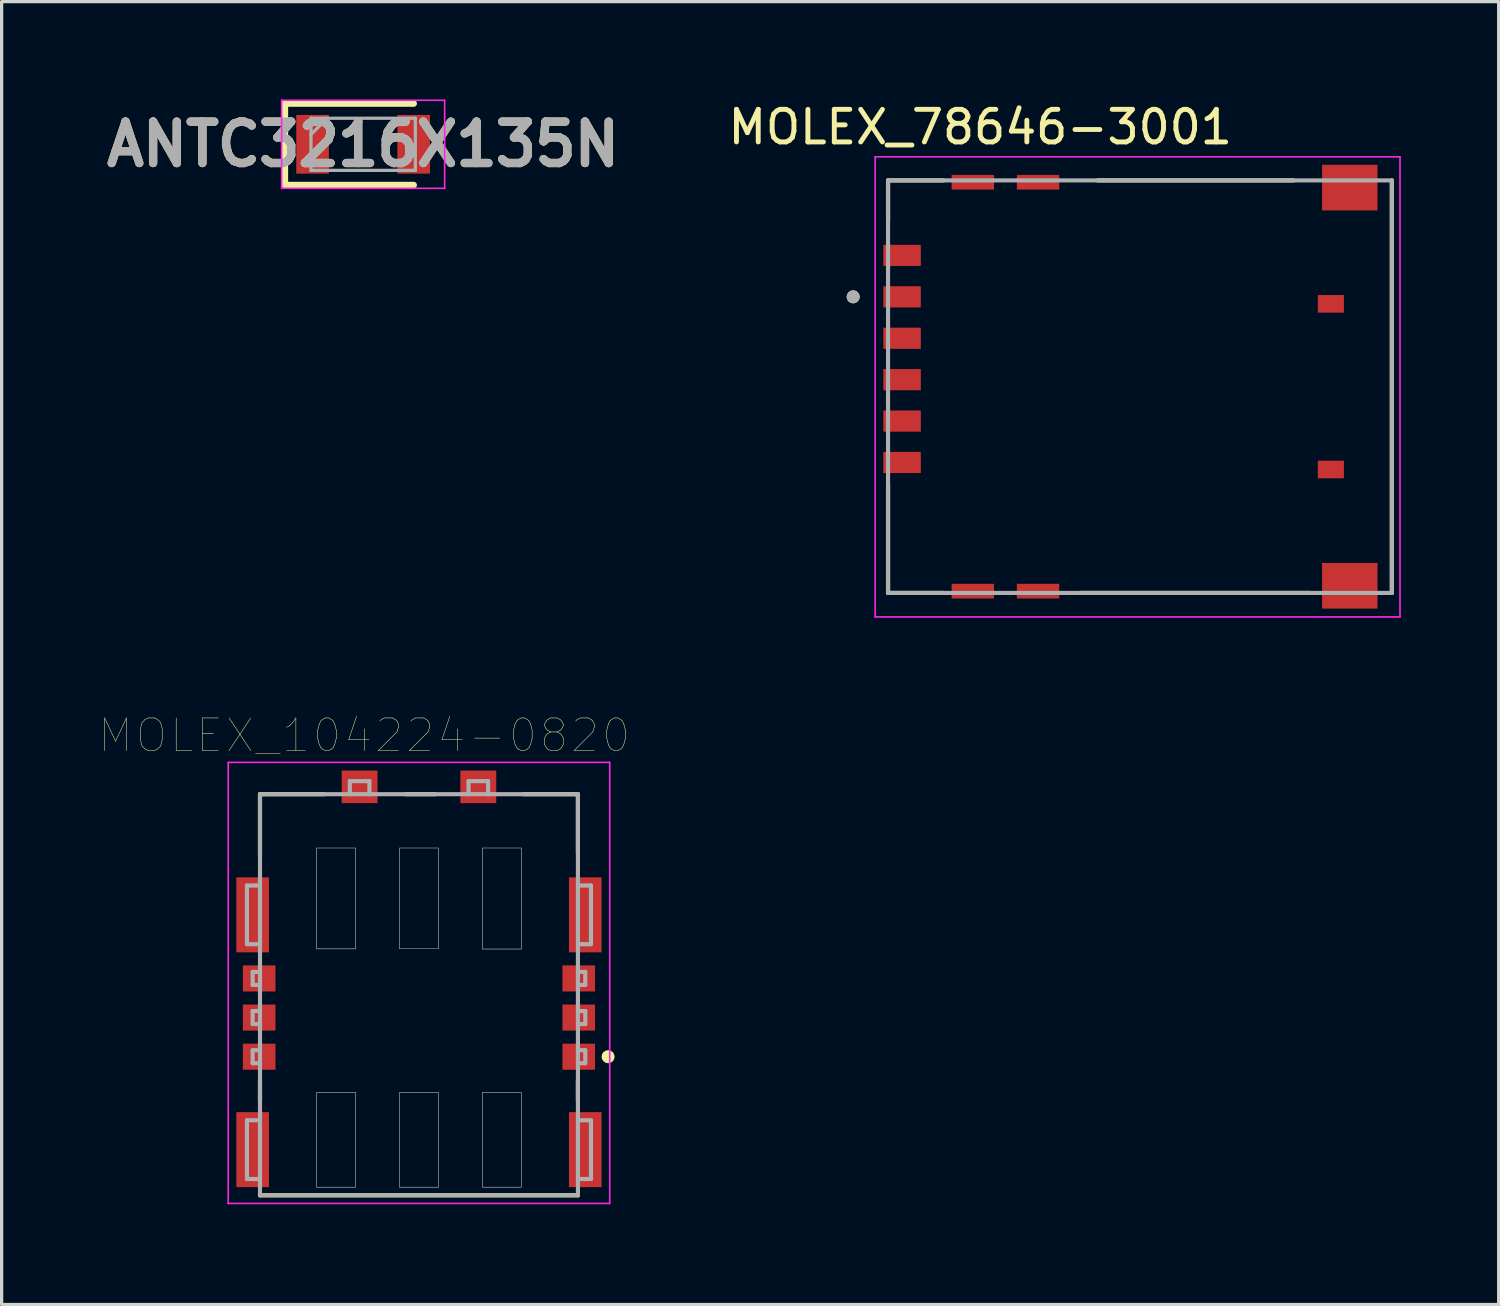
<source format=kicad_pcb>
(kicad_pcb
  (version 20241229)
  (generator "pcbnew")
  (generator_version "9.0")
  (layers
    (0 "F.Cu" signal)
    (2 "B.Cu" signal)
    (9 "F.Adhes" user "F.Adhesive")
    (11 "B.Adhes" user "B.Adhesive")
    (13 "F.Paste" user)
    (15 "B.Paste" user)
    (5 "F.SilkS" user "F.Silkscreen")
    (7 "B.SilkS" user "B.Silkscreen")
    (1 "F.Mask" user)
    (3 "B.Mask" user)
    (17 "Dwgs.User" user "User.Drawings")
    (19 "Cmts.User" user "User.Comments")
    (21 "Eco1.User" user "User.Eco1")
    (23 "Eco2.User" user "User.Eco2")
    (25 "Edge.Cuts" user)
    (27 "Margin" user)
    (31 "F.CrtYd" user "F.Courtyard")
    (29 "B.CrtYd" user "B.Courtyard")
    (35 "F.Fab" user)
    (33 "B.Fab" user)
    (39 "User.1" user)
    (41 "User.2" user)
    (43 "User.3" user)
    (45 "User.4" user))
  (footprint "MOLEX_78646-3001"
    (layer "F.Cu")
    (at 31.908 8.808)
    (property "Reference" "MOLEX_78646-3001" (at -4.897 -7.96 0) (layer "F.SilkS") (effects (font (size 1 1) (thickness 0.15))))
    (attr through_hole)
    (fp_line (start -7.725 -6.325) (end -7.725 -5.08) (stroke (width 0.127) (type solid)) (layer "F.SilkS"))
    (fp_line (start -7.725 -6.325) (end -6.025 -6.325) (stroke (width 0.127) (type solid)) (layer "F.SilkS"))
    (fp_line (start -7.725 3) (end -7.725 6.325) (stroke (width 0.127) (type solid)) (layer "F.SilkS"))
    (fp_line (start -7.725 6.325) (end -6.025 6.325) (stroke (width 0.127) (type solid)) (layer "F.SilkS"))
    (fp_line (start -1.795 6.325) (end 5.205 6.325) (stroke (width 0.127) (type solid)) (layer "F.SilkS"))
    (fp_line (start -1.295 -6.325) (end 4.705 -6.325) (stroke (width 0.127) (type solid)) (layer "F.SilkS"))
    (fp_line (start 7.725 -6.325) (end 7.725 6.325) (stroke (width 0.127) (type solid)) (layer "F.SilkS"))
    (fp_circle (center -8.795 -2.755) (end -8.695 -2.755) (stroke (width 0.2) (type solid)) (fill no) (layer "F.SilkS"))
    (fp_line (start -8.12 -7.05) (end 7.975 -7.05) (stroke (width 0.05) (type solid)) (layer "F.CrtYd"))
    (fp_line (start -8.12 7.06) (end -8.12 -7.05) (stroke (width 0.05) (type solid)) (layer "F.CrtYd"))
    (fp_line (start 7.975 -7.05) (end 7.975 7.06) (stroke (width 0.05) (type solid)) (layer "F.CrtYd"))
    (fp_line (start 7.975 7.06) (end -8.12 7.06) (stroke (width 0.05) (type solid)) (layer "F.CrtYd"))
    (fp_line (start -7.725 -6.325) (end -7.725 6.325) (stroke (width 0.127) (type solid)) (layer "F.Fab"))
    (fp_line (start 7.725 -6.325) (end -7.725 -6.325) (stroke (width 0.127) (type solid)) (layer "F.Fab"))
    (fp_line (start 7.725 -6.325) (end 7.725 6.325) (stroke (width 0.127) (type solid)) (layer "F.Fab"))
    (fp_line (start 7.725 6.325) (end -7.725 6.325) (stroke (width 0.127) (type solid)) (layer "F.Fab"))
    (fp_circle (center -8.795 -2.755) (end -8.695 -2.755) (stroke (width 0.2) (type solid)) (fill no) (layer "F.Fab"))
    (pad "C1" smd rect (at -7.295 -2.755) (size 1.15 0.65) (layers "F.Cu" "F.Mask" "F.Paste"))
    (pad "C2" smd rect (at -7.295 -0.215) (size 1.15 0.65) (layers "F.Cu" "F.Mask" "F.Paste"))
    (pad "C3" smd rect (at -7.295 2.325) (size 1.15 0.65) (layers "F.Cu" "F.Mask" "F.Paste"))
    (pad "C5" smd rect (at -7.295 -4.025) (size 1.15 0.65) (layers "F.Cu" "F.Mask" "F.Paste"))
    (pad "C6" smd rect (at -7.295 -1.485) (size 1.15 0.65) (layers "F.Cu" "F.Mask" "F.Paste"))
    (pad "C7" smd rect (at -7.295 1.055) (size 1.15 0.65) (layers "F.Cu" "F.Mask" "F.Paste"))
    (pad "G1" smd rect (at -5.125 -6.27) (size 1.3 0.45) (layers "F.Cu" "F.Mask" "F.Paste"))
    (pad "G2" smd rect (at -3.125 -6.27) (size 1.3 0.45) (layers "F.Cu" "F.Mask" "F.Paste"))
    (pad "G3" smd rect (at -5.125 6.27) (size 1.3 0.45) (layers "F.Cu" "F.Mask" "F.Paste"))
    (pad "G4" smd rect (at -3.125 6.27) (size 1.3 0.45) (layers "F.Cu" "F.Mask" "F.Paste"))
    (pad "G5" smd rect (at 6.435 6.105) (size 1.7 1.4) (layers "F.Cu" "F.Mask" "F.Paste"))
    (pad "G6" smd rect (at 6.435 -6.105) (size 1.7 1.4) (layers "F.Cu" "F.Mask" "F.Paste"))
    (pad "X1" smd rect (at 5.855 -2.54) (size 0.8 0.54) (layers "F.Cu" "F.Mask" "F.Paste"))
    (pad "X2" smd rect (at 5.855 2.54) (size 0.8 0.54) (layers "F.Cu" "F.Mask" "F.Paste")))
  (footprint "ANTC3216X135N"
    (layer "F.Cu")
    (at 8.086 1.375)
    (property "Reference" "ANTC3216X135N" (at 0 0 0) (layer "F.SilkS") (effects (font (size 1.27 1.27) (thickness 0.254))))
    (attr smd)
    (fp_line (start -2.4 -1.25) (end -2.4 1.25) (stroke (width 0.2) (type solid)) (layer "F.SilkS"))
    (fp_line (start -2.4 1.25) (end 1.55 1.25) (stroke (width 0.2) (type solid)) (layer "F.SilkS"))
    (fp_line (start 1.55 -1.25) (end -2.4 -1.25) (stroke (width 0.2) (type solid)) (layer "F.SilkS"))
    (fp_line (start -2.5 -1.35) (end 2.5 -1.35) (stroke (width 0.05) (type solid)) (layer "F.CrtYd"))
    (fp_line (start -2.5 1.35) (end -2.5 -1.35) (stroke (width 0.05) (type solid)) (layer "F.CrtYd"))
    (fp_line (start 2.5 -1.35) (end 2.5 1.35) (stroke (width 0.05) (type solid)) (layer "F.CrtYd"))
    (fp_line (start 2.5 1.35) (end -2.5 1.35) (stroke (width 0.05) (type solid)) (layer "F.CrtYd"))
    (fp_line (start -1.6 -0.8) (end 1.6 -0.8) (stroke (width 0.1) (type solid)) (layer "F.Fab"))
    (fp_line (start -1.6 -0.3) (end -1.1 -0.8) (stroke (width 0.1) (type solid)) (layer "F.Fab"))
    (fp_line (start -1.6 0.8) (end -1.6 -0.8) (stroke (width 0.1) (type solid)) (layer "F.Fab"))
    (fp_line (start 1.6 -0.8) (end 1.6 0.8) (stroke (width 0.1) (type solid)) (layer "F.Fab"))
    (fp_line (start 1.6 0.8) (end -1.6 0.8) (stroke (width 0.1) (type solid)) (layer "F.Fab"))
    (fp_text user "${REFERENCE}" (at 0 0 0) (layer "F.Fab") (effects (font (size 1.27 1.27) (thickness 0.254))))
    (pad "1" smd rect (at -1.55 0) (size 1 1.8) (layers "F.Cu" "F.Mask" "F.Paste"))
    (pad "2" smd rect (at 1.55 0) (size 1 1.8) (layers "F.Cu" "F.Mask" "F.Paste")))
  (footprint "MOLEX_104224-0820"
    (layer "F.Cu")
    (at 9.798 33.705)
    (property "Reference" "MOLEX_104224-0820" (at -1.677 -14.2 0) (layer "F.SilkS") (effects (font (size 1.001 1.001) (thickness 0.015))))
    (attr through_hole)
    (fp_line (start -4.875 -12.4) (end -4.875 -10.5) (stroke (width 0.127) (type solid)) (layer "F.SilkS"))
    (fp_line (start -4.875 -3.6) (end -4.875 -3) (stroke (width 0.127) (type solid)) (layer "F.SilkS"))
    (fp_line (start -4.875 -0.1) (end 4.875 -0.1) (stroke (width 0.127) (type solid)) (layer "F.SilkS"))
    (fp_line (start -2.9 -12.4) (end -4.875 -12.4) (stroke (width 0.127) (type solid)) (layer "F.SilkS"))
    (fp_line (start -0.4 -12.4) (end 0.5 -12.4) (stroke (width 0.127) (type solid)) (layer "F.SilkS"))
    (fp_line (start 3.2 -12.4) (end 4.875 -12.4) (stroke (width 0.127) (type solid)) (layer "F.SilkS"))
    (fp_line (start 4.875 -12.4) (end 4.875 -10.6) (stroke (width 0.127) (type solid)) (layer "F.SilkS"))
    (fp_line (start 4.875 -3.6) (end 4.875 -3) (stroke (width 0.127) (type solid)) (layer "F.SilkS"))
    (fp_circle (center 5.8 -4.35) (end 5.9 -4.35) (stroke (width 0.2) (type solid)) (fill no) (layer "F.SilkS"))
    (fp_poly (pts (xy -3.146 -3.25) (xy -1.94 -3.25) (xy -1.94 -0.351) (xy -3.146 -0.351)) (stroke (width 0.01) (type solid)) (fill no) (layer "Dwgs.User"))
    (fp_poly (pts (xy -3.144 -3.25) (xy -1.94 -3.25) (xy -1.94 -0.35) (xy -3.144 -0.35)) (stroke (width 0.01) (type solid)) (fill no) (layer "Dwgs.User"))
    (fp_poly (pts (xy -3.143 -10.75) (xy -1.94 -10.75) (xy -1.94 -7.656) (xy -3.143 -7.656)) (stroke (width 0.01) (type solid)) (fill no) (layer "Dwgs.User"))
    (fp_poly (pts (xy -3.142 -10.75) (xy -1.94 -10.75) (xy -1.94 -7.656) (xy -3.142 -7.656)) (stroke (width 0.01) (type solid)) (fill no) (layer "Dwgs.User"))
    (fp_poly (pts (xy -0.601 -3.25) (xy 0.6 -3.25) (xy 0.6 -0.351) (xy -0.601 -0.351)) (stroke (width 0.01) (type solid)) (fill no) (layer "Dwgs.User"))
    (fp_poly (pts (xy -0.601 -10.75) (xy 0.6 -10.75) (xy 0.6 -7.663) (xy -0.601 -7.663)) (stroke (width 0.01) (type solid)) (fill no) (layer "Dwgs.User"))
    (fp_poly (pts (xy -0.601 -10.75) (xy 0.6 -10.75) (xy 0.6 -7.663) (xy -0.601 -7.663)) (stroke (width 0.01) (type solid)) (fill no) (layer "Dwgs.User"))
    (fp_poly (pts (xy -0.601 -3.25) (xy 0.6 -3.25) (xy 0.6 -0.35) (xy -0.601 -0.35)) (stroke (width 0.01) (type solid)) (fill no) (layer "Dwgs.User"))
    (fp_poly (pts (xy 1.94 -10.75) (xy 3.14 -10.75) (xy 3.14 -7.651) (xy 1.94 -7.651)) (stroke (width 0.01) (type solid)) (fill no) (layer "Dwgs.User"))
    (fp_poly (pts (xy 1.94 -10.75) (xy 3.14 -10.75) (xy 3.14 -7.652) (xy 1.94 -7.652)) (stroke (width 0.01) (type solid)) (fill no) (layer "Dwgs.User"))
    (fp_poly (pts (xy 1.941 -3.25) (xy 3.14 -3.25) (xy 3.14 -0.35) (xy 1.941 -0.35)) (stroke (width 0.01) (type solid)) (fill no) (layer "Dwgs.User"))
    (fp_poly (pts (xy 1.943 -3.25) (xy 3.14 -3.25) (xy 3.14 -0.351) (xy 1.943 -0.351)) (stroke (width 0.01) (type solid)) (fill no) (layer "Dwgs.User"))
    (fp_line (start -5.85 -13.375) (end -5.85 0.15) (stroke (width 0.05) (type solid)) (layer "F.CrtYd"))
    (fp_line (start -5.85 0.15) (end 5.85 0.15) (stroke (width 0.05) (type solid)) (layer "F.CrtYd"))
    (fp_line (start 5.85 -13.375) (end -5.85 -13.375) (stroke (width 0.05) (type solid)) (layer "F.CrtYd"))
    (fp_line (start 5.85 0.15) (end 5.85 -13.375) (stroke (width 0.05) (type solid)) (layer "F.CrtYd"))
    (fp_line (start -5.275 -9.6) (end -5.275 -7.8) (stroke (width 0.127) (type solid)) (layer "F.Fab"))
    (fp_line (start -5.275 -7.8) (end -4.9 -7.8) (stroke (width 0.127) (type solid)) (layer "F.Fab"))
    (fp_line (start -5.275 -2.4) (end -5.275 -0.6) (stroke (width 0.127) (type solid)) (layer "F.Fab"))
    (fp_line (start -5.275 -0.6) (end -4.9 -0.6) (stroke (width 0.127) (type solid)) (layer "F.Fab"))
    (fp_line (start -5.1 -6.95) (end -5.1 -6.55) (stroke (width 0.127) (type solid)) (layer "F.Fab"))
    (fp_line (start -5.1 -6.55) (end -4.9 -6.55) (stroke (width 0.127) (type solid)) (layer "F.Fab"))
    (fp_line (start -5.1 -5.75) (end -5.1 -5.35) (stroke (width 0.127) (type solid)) (layer "F.Fab"))
    (fp_line (start -5.1 -5.35) (end -4.9 -5.35) (stroke (width 0.127) (type solid)) (layer "F.Fab"))
    (fp_line (start -5.1 -4.55) (end -5.1 -4.15) (stroke (width 0.127) (type solid)) (layer "F.Fab"))
    (fp_line (start -5.1 -4.15) (end -4.9 -4.15) (stroke (width 0.127) (type solid)) (layer "F.Fab"))
    (fp_line (start -4.9 -9.6) (end -5.275 -9.6) (stroke (width 0.127) (type solid)) (layer "F.Fab"))
    (fp_line (start -4.9 -6.95) (end -5.1 -6.95) (stroke (width 0.127) (type solid)) (layer "F.Fab"))
    (fp_line (start -4.9 -5.75) (end -5.1 -5.75) (stroke (width 0.127) (type solid)) (layer "F.Fab"))
    (fp_line (start -4.9 -4.55) (end -5.1 -4.55) (stroke (width 0.127) (type solid)) (layer "F.Fab"))
    (fp_line (start -4.9 -2.4) (end -5.275 -2.4) (stroke (width 0.127) (type solid)) (layer "F.Fab"))
    (fp_line (start -4.875 -12.4) (end -2.12 -12.4) (stroke (width 0.127) (type solid)) (layer "F.Fab"))
    (fp_line (start -4.875 -0.1) (end -4.875 -12.4) (stroke (width 0.127) (type solid)) (layer "F.Fab"))
    (fp_line (start -2.12 -12.8) (end -2.12 -12.4) (stroke (width 0.127) (type solid)) (layer "F.Fab"))
    (fp_line (start -2.12 -12.4) (end -1.52 -12.4) (stroke (width 0.127) (type solid)) (layer "F.Fab"))
    (fp_line (start -1.52 -12.8) (end -2.12 -12.8) (stroke (width 0.127) (type solid)) (layer "F.Fab"))
    (fp_line (start -1.52 -12.4) (end -1.52 -12.8) (stroke (width 0.127) (type solid)) (layer "F.Fab"))
    (fp_line (start -1.52 -12.4) (end 1.52 -12.4) (stroke (width 0.127) (type solid)) (layer "F.Fab"))
    (fp_line (start 1.52 -12.8) (end 1.52 -12.4) (stroke (width 0.127) (type solid)) (layer "F.Fab"))
    (fp_line (start 1.52 -12.4) (end 2.12 -12.4) (stroke (width 0.127) (type solid)) (layer "F.Fab"))
    (fp_line (start 2.12 -12.8) (end 1.52 -12.8) (stroke (width 0.127) (type solid)) (layer "F.Fab"))
    (fp_line (start 2.12 -12.4) (end 2.12 -12.8) (stroke (width 0.127) (type solid)) (layer "F.Fab"))
    (fp_line (start 2.12 -12.4) (end 4.875 -12.4) (stroke (width 0.127) (type solid)) (layer "F.Fab"))
    (fp_line (start 4.875 -12.4) (end 4.875 -0.1) (stroke (width 0.127) (type solid)) (layer "F.Fab"))
    (fp_line (start 4.875 -0.1) (end -4.875 -0.1) (stroke (width 0.127) (type solid)) (layer "F.Fab"))
    (fp_line (start 4.9 -7.8) (end 5.275 -7.8) (stroke (width 0.127) (type solid)) (layer "F.Fab"))
    (fp_line (start 4.9 -6.55) (end 5.1 -6.55) (stroke (width 0.127) (type solid)) (layer "F.Fab"))
    (fp_line (start 4.9 -5.35) (end 5.1 -5.35) (stroke (width 0.127) (type solid)) (layer "F.Fab"))
    (fp_line (start 4.9 -4.15) (end 5.1 -4.15) (stroke (width 0.127) (type solid)) (layer "F.Fab"))
    (fp_line (start 4.9 -0.6) (end 5.275 -0.6) (stroke (width 0.127) (type solid)) (layer "F.Fab"))
    (fp_line (start 5.1 -6.95) (end 4.9 -6.95) (stroke (width 0.127) (type solid)) (layer "F.Fab"))
    (fp_line (start 5.1 -6.55) (end 5.1 -6.95) (stroke (width 0.127) (type solid)) (layer "F.Fab"))
    (fp_line (start 5.1 -5.75) (end 4.9 -5.75) (stroke (width 0.127) (type solid)) (layer "F.Fab"))
    (fp_line (start 5.1 -5.35) (end 5.1 -5.75) (stroke (width 0.127) (type solid)) (layer "F.Fab"))
    (fp_line (start 5.1 -4.55) (end 4.9 -4.55) (stroke (width 0.127) (type solid)) (layer "F.Fab"))
    (fp_line (start 5.1 -4.15) (end 5.1 -4.55) (stroke (width 0.127) (type solid)) (layer "F.Fab"))
    (fp_line (start 5.275 -9.6) (end 4.9 -9.6) (stroke (width 0.127) (type solid)) (layer "F.Fab"))
    (fp_line (start 5.275 -7.8) (end 5.275 -9.6) (stroke (width 0.127) (type solid)) (layer "F.Fab"))
    (fp_line (start 5.275 -2.4) (end 4.9 -2.4) (stroke (width 0.127) (type solid)) (layer "F.Fab"))
    (fp_line (start 5.275 -0.6) (end 5.275 -2.4) (stroke (width 0.127) (type solid)) (layer "F.Fab"))
    (pad "G1" smd rect (at -5.1 -1.5) (size 1 2.3) (layers "F.Cu" "F.Mask" "F.Paste"))
    (pad "G2" smd rect (at -5.1 -8.7) (size 1 2.3) (layers "F.Cu" "F.Mask" "F.Paste"))
    (pad "G3" smd rect (at 5.1 -8.7) (size 1 2.3) (layers "F.Cu" "F.Mask" "F.Paste"))
    (pad "G4" smd rect (at 5.1 -1.5) (size 1 2.3) (layers "F.Cu" "F.Mask" "F.Paste"))
    (pad "R1" smd rect (at -1.82 -12.625) (size 1.1 1) (layers "F.Cu" "F.Mask" "F.Paste"))
    (pad "R2" smd rect (at 1.82 -12.625) (size 1.1 1) (layers "F.Cu" "F.Mask" "F.Paste"))
    (pad "S1" smd rect (at 4.9 -4.35) (size 1 0.8) (layers "F.Cu" "F.Mask" "F.Paste"))
    (pad "S2" smd rect (at 4.9 -5.55) (size 1 0.8) (layers "F.Cu" "F.Mask" "F.Paste"))
    (pad "S3" smd rect (at -4.9 -4.35) (size 1 0.8) (layers "F.Cu" "F.Mask" "F.Paste"))
    (pad "S4" smd rect (at 4.9 -6.75) (size 1 0.8) (layers "F.Cu" "F.Mask" "F.Paste"))
    (pad "S5" smd rect (at -4.9 -5.55) (size 1 0.8) (layers "F.Cu" "F.Mask" "F.Paste"))
    (pad "S6" smd rect (at -4.9 -6.75) (size 1 0.8) (layers "F.Cu" "F.Mask" "F.Paste")))
  (gr_rect
    (start -3 -3)
    (end 42.908 36.955)
    (stroke (width 0.1) (type default))
    (fill no)
    (layer "Edge.Cuts")))
</source>
